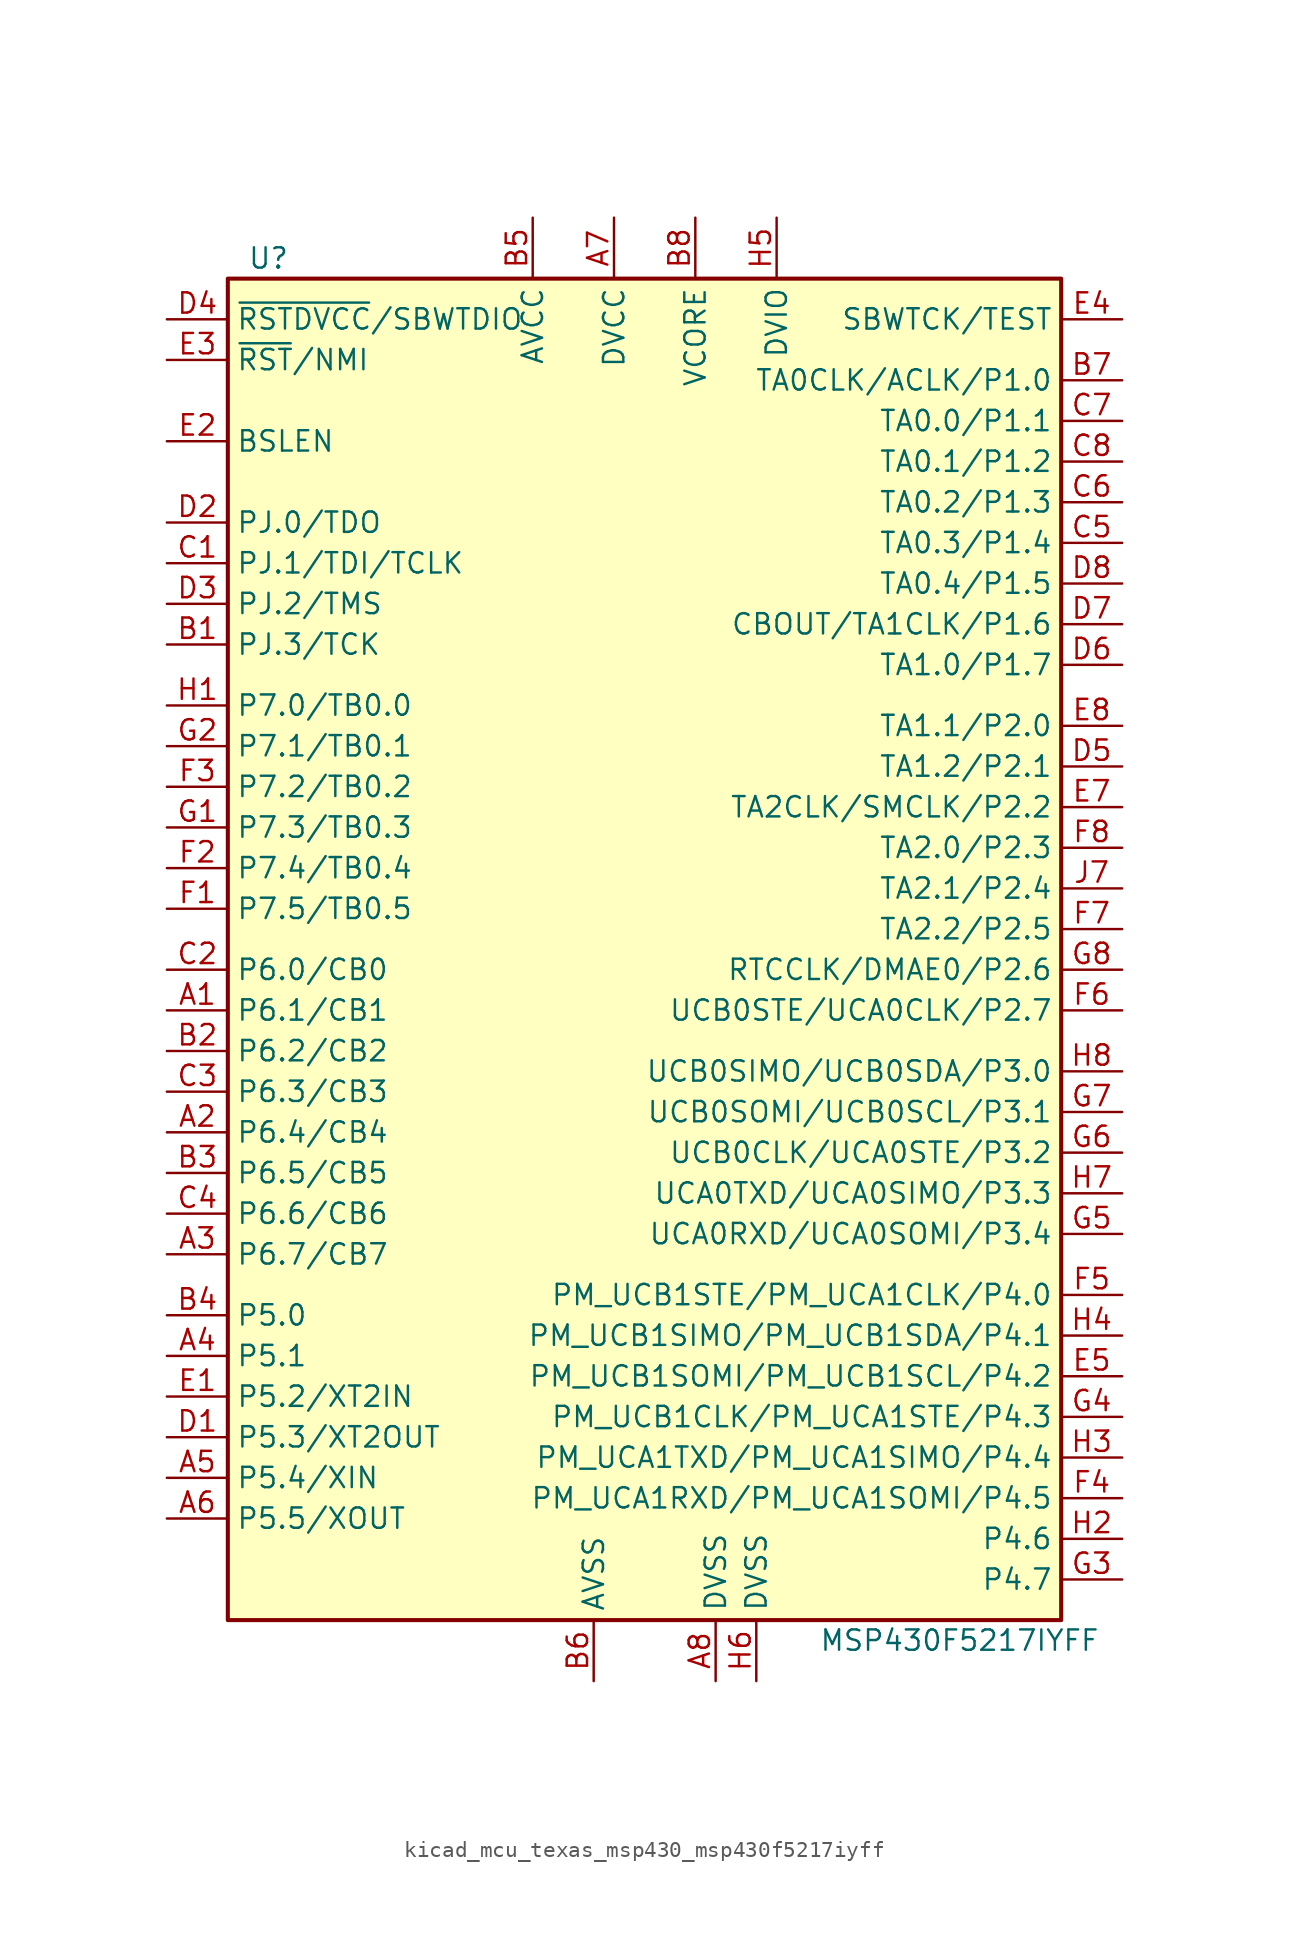
<source format=kicad_sym>
(kicad_symbol_lib
  (version 20220914)
  (generator kicad_symbol_editor)
  (symbol "kicad_mcu_texas_msp430_msp430f5217iyff"
    (property "Reference" "U"
      (at -24.13 43.18 0)
      (effects (font (size 1.27 1.27))))
    (property "Value" "MSP430F5217IYFF"
      (at 19.05 -43.18 0)
      (effects (font (size 1.27 1.27))))
    (symbol "kicad_mcu_texas_msp430_msp430f5217iyff_0_1"
      (rectangle (start -26.67 41.91) (end 25.4 -41.91) (stroke (width 0.254) (type default)) (fill (type background))))
    (symbol "kicad_mcu_texas_msp430_msp430f5217iyff_1_1"
      (pin bidirectional line (at -30.48 -3.81 0) (length 3.81) (name "P6.1/CB1" (effects (font (size 1.27 1.27)))) (number "A1" (effects (font (size 1.27 1.27)))))
      (pin bidirectional line (at -30.48 -11.43 0) (length 3.81) (name "P6.4/CB4" (effects (font (size 1.27 1.27)))) (number "A2" (effects (font (size 1.27 1.27)))))
      (pin bidirectional line (at -30.48 -19.05 0) (length 3.81) (name "P6.7/CB7" (effects (font (size 1.27 1.27)))) (number "A3" (effects (font (size 1.27 1.27)))))
      (pin bidirectional line (at -30.48 -25.4 0) (length 3.81) (name "P5.1" (effects (font (size 1.27 1.27)))) (number "A4" (effects (font (size 1.27 1.27)))))
      (pin bidirectional line (at -30.48 -33.02 0) (length 3.81) (name "P5.4/XIN" (effects (font (size 1.27 1.27)))) (number "A5" (effects (font (size 1.27 1.27)))))
      (pin bidirectional line (at -30.48 -35.56 0) (length 3.81) (name "P5.5/XOUT" (effects (font (size 1.27 1.27)))) (number "A6" (effects (font (size 1.27 1.27)))))
      (pin power_in line (at -2.54 45.72 270) (length 3.81) (name "DVCC" (effects (font (size 1.27 1.27)))) (number "A7" (effects (font (size 1.27 1.27)))))
      (pin power_in line (at 3.81 -45.72 90) (length 3.81) (name "DVSS" (effects (font (size 1.27 1.27)))) (number "A8" (effects (font (size 1.27 1.27)))))
      (pin bidirectional line (at -30.48 19.05 0) (length 3.81) (name "PJ.3/TCK" (effects (font (size 1.27 1.27)))) (number "B1" (effects (font (size 1.27 1.27)))))
      (pin bidirectional line (at -30.48 -6.35 0) (length 3.81) (name "P6.2/CB2" (effects (font (size 1.27 1.27)))) (number "B2" (effects (font (size 1.27 1.27)))))
      (pin bidirectional line (at -30.48 -13.97 0) (length 3.81) (name "P6.5/CB5" (effects (font (size 1.27 1.27)))) (number "B3" (effects (font (size 1.27 1.27)))))
      (pin bidirectional line (at -30.48 -22.86 0) (length 3.81) (name "P5.0" (effects (font (size 1.27 1.27)))) (number "B4" (effects (font (size 1.27 1.27)))))
      (pin power_in line (at -7.62 45.72 270) (length 3.81) (name "AVCC" (effects (font (size 1.27 1.27)))) (number "B5" (effects (font (size 1.27 1.27)))))
      (pin power_in line (at -3.81 -45.72 90) (length 3.81) (name "AVSS" (effects (font (size 1.27 1.27)))) (number "B6" (effects (font (size 1.27 1.27)))))
      (pin bidirectional line (at 29.21 35.56 180) (length 3.81) (name "TA0CLK/ACLK/P1.0" (effects (font (size 1.27 1.27)))) (number "B7" (effects (font (size 1.27 1.27)))))
      (pin power_in line (at 2.54 45.72 270) (length 3.81) (name "VCORE" (effects (font (size 1.27 1.27)))) (number "B8" (effects (font (size 1.27 1.27)))))
      (pin bidirectional line (at -30.48 24.13 0) (length 3.81) (name "PJ.1/TDI/TCLK" (effects (font (size 1.27 1.27)))) (number "C1" (effects (font (size 1.27 1.27)))))
      (pin bidirectional line (at -30.48 -1.27 0) (length 3.81) (name "P6.0/CB0" (effects (font (size 1.27 1.27)))) (number "C2" (effects (font (size 1.27 1.27)))))
      (pin bidirectional line (at -30.48 -8.89 0) (length 3.81) (name "P6.3/CB3" (effects (font (size 1.27 1.27)))) (number "C3" (effects (font (size 1.27 1.27)))))
      (pin bidirectional line (at -30.48 -16.51 0) (length 3.81) (name "P6.6/CB6" (effects (font (size 1.27 1.27)))) (number "C4" (effects (font (size 1.27 1.27)))))
      (pin bidirectional line (at 29.21 25.4 180) (length 3.81) (name "TA0.3/P1.4" (effects (font (size 1.27 1.27)))) (number "C5" (effects (font (size 1.27 1.27)))))
      (pin bidirectional line (at 29.21 27.94 180) (length 3.81) (name "TA0.2/P1.3" (effects (font (size 1.27 1.27)))) (number "C6" (effects (font (size 1.27 1.27)))))
      (pin bidirectional line (at 29.21 33.02 180) (length 3.81) (name "TA0.0/P1.1" (effects (font (size 1.27 1.27)))) (number "C7" (effects (font (size 1.27 1.27)))))
      (pin bidirectional line (at 29.21 30.48 180) (length 3.81) (name "TA0.1/P1.2" (effects (font (size 1.27 1.27)))) (number "C8" (effects (font (size 1.27 1.27)))))
      (pin bidirectional line (at -30.48 -30.48 0) (length 3.81) (name "P5.3/XT2OUT" (effects (font (size 1.27 1.27)))) (number "D1" (effects (font (size 1.27 1.27)))))
      (pin bidirectional line (at -30.48 26.67 0) (length 3.81) (name "PJ.0/TDO" (effects (font (size 1.27 1.27)))) (number "D2" (effects (font (size 1.27 1.27)))))
      (pin bidirectional line (at -30.48 21.59 0) (length 3.81) (name "PJ.2/TMS" (effects (font (size 1.27 1.27)))) (number "D3" (effects (font (size 1.27 1.27)))))
      (pin bidirectional line (at -30.48 39.37 0) (length 3.81) (name "~{RSTDVCC}/SBWTDIO" (effects (font (size 1.27 1.27)))) (number "D4" (effects (font (size 1.27 1.27)))))
      (pin bidirectional line (at 29.21 11.43 180) (length 3.81) (name "TA1.2/P2.1" (effects (font (size 1.27 1.27)))) (number "D5" (effects (font (size 1.27 1.27)))))
      (pin bidirectional line (at 29.21 17.78 180) (length 3.81) (name "TA1.0/P1.7" (effects (font (size 1.27 1.27)))) (number "D6" (effects (font (size 1.27 1.27)))))
      (pin bidirectional line (at 29.21 20.32 180) (length 3.81) (name "CBOUT/TA1CLK/P1.6" (effects (font (size 1.27 1.27)))) (number "D7" (effects (font (size 1.27 1.27)))))
      (pin bidirectional line (at 29.21 22.86 180) (length 3.81) (name "TA0.4/P1.5" (effects (font (size 1.27 1.27)))) (number "D8" (effects (font (size 1.27 1.27)))))
      (pin bidirectional line (at -30.48 -27.94 0) (length 3.81) (name "P5.2/XT2IN" (effects (font (size 1.27 1.27)))) (number "E1" (effects (font (size 1.27 1.27)))))
      (pin bidirectional line (at -30.48 31.75 0) (length 3.81) (name "BSLEN" (effects (font (size 1.27 1.27)))) (number "E2" (effects (font (size 1.27 1.27)))))
      (pin input line (at -30.48 36.83 0) (length 3.81) (name "~{RST}/NMI" (effects (font (size 1.27 1.27)))) (number "E3" (effects (font (size 1.27 1.27)))))
      (pin input line (at 29.21 39.37 180) (length 3.81) (name "SBWTCK/TEST" (effects (font (size 1.27 1.27)))) (number "E4" (effects (font (size 1.27 1.27)))))
      (pin bidirectional line (at 29.21 -26.67 180) (length 3.81) (name "PM_UCB1SOMI/PM_UCB1SCL/P4.2" (effects (font (size 1.27 1.27)))) (number "E5" (effects (font (size 1.27 1.27)))))
      (pin bidirectional line (at 29.21 8.89 180) (length 3.81) (name "TA2CLK/SMCLK/P2.2" (effects (font (size 1.27 1.27)))) (number "E7" (effects (font (size 1.27 1.27)))))
      (pin bidirectional line (at 29.21 13.97 180) (length 3.81) (name "TA1.1/P2.0" (effects (font (size 1.27 1.27)))) (number "E8" (effects (font (size 1.27 1.27)))))
      (pin bidirectional line (at -30.48 2.54 0) (length 3.81) (name "P7.5/TB0.5" (effects (font (size 1.27 1.27)))) (number "F1" (effects (font (size 1.27 1.27)))))
      (pin bidirectional line (at -30.48 5.08 0) (length 3.81) (name "P7.4/TB0.4" (effects (font (size 1.27 1.27)))) (number "F2" (effects (font (size 1.27 1.27)))))
      (pin bidirectional line (at -30.48 10.16 0) (length 3.81) (name "P7.2/TB0.2" (effects (font (size 1.27 1.27)))) (number "F3" (effects (font (size 1.27 1.27)))))
      (pin bidirectional line (at 29.21 -34.29 180) (length 3.81) (name "PM_UCA1RXD/PM_UCA1SOMI/P4.5" (effects (font (size 1.27 1.27)))) (number "F4" (effects (font (size 1.27 1.27)))))
      (pin bidirectional line (at 29.21 -21.59 180) (length 3.81) (name "PM_UCB1STE/PM_UCA1CLK/P4.0" (effects (font (size 1.27 1.27)))) (number "F5" (effects (font (size 1.27 1.27)))))
      (pin bidirectional line (at 29.21 -3.81 180) (length 3.81) (name "UCB0STE/UCA0CLK/P2.7" (effects (font (size 1.27 1.27)))) (number "F6" (effects (font (size 1.27 1.27)))))
      (pin bidirectional line (at 29.21 1.27 180) (length 3.81) (name "TA2.2/P2.5" (effects (font (size 1.27 1.27)))) (number "F7" (effects (font (size 1.27 1.27)))))
      (pin bidirectional line (at 29.21 6.35 180) (length 3.81) (name "TA2.0/P2.3" (effects (font (size 1.27 1.27)))) (number "F8" (effects (font (size 1.27 1.27)))))
      (pin bidirectional line (at -30.48 7.62 0) (length 3.81) (name "P7.3/TB0.3" (effects (font (size 1.27 1.27)))) (number "G1" (effects (font (size 1.27 1.27)))))
      (pin bidirectional line (at -30.48 12.7 0) (length 3.81) (name "P7.1/TB0.1" (effects (font (size 1.27 1.27)))) (number "G2" (effects (font (size 1.27 1.27)))))
      (pin bidirectional line (at 29.21 -39.37 180) (length 3.81) (name "P4.7" (effects (font (size 1.27 1.27)))) (number "G3" (effects (font (size 1.27 1.27)))))
      (pin bidirectional line (at 29.21 -29.21 180) (length 3.81) (name "PM_UCB1CLK/PM_UCA1STE/P4.3" (effects (font (size 1.27 1.27)))) (number "G4" (effects (font (size 1.27 1.27)))))
      (pin bidirectional line (at 29.21 -17.78 180) (length 3.81) (name "UCA0RXD/UCA0SOMI/P3.4" (effects (font (size 1.27 1.27)))) (number "G5" (effects (font (size 1.27 1.27)))))
      (pin bidirectional line (at 29.21 -12.7 180) (length 3.81) (name "UCB0CLK/UCA0STE/P3.2" (effects (font (size 1.27 1.27)))) (number "G6" (effects (font (size 1.27 1.27)))))
      (pin bidirectional line (at 29.21 -10.16 180) (length 3.81) (name "UCB0SOMI/UCB0SCL/P3.1" (effects (font (size 1.27 1.27)))) (number "G7" (effects (font (size 1.27 1.27)))))
      (pin bidirectional line (at 29.21 -1.27 180) (length 3.81) (name "RTCCLK/DMAE0/P2.6" (effects (font (size 1.27 1.27)))) (number "G8" (effects (font (size 1.27 1.27)))))
      (pin bidirectional line (at -30.48 15.24 0) (length 3.81) (name "P7.0/TB0.0" (effects (font (size 1.27 1.27)))) (number "H1" (effects (font (size 1.27 1.27)))))
      (pin bidirectional line (at 29.21 -36.83 180) (length 3.81) (name "P4.6" (effects (font (size 1.27 1.27)))) (number "H2" (effects (font (size 1.27 1.27)))))
      (pin bidirectional line (at 29.21 -31.75 180) (length 3.81) (name "PM_UCA1TXD/PM_UCA1SIMO/P4.4" (effects (font (size 1.27 1.27)))) (number "H3" (effects (font (size 1.27 1.27)))))
      (pin bidirectional line (at 29.21 -24.13 180) (length 3.81) (name "PM_UCB1SIMO/PM_UCB1SDA/P4.1" (effects (font (size 1.27 1.27)))) (number "H4" (effects (font (size 1.27 1.27)))))
      (pin power_in line (at 7.62 45.72 270) (length 3.81) (name "DVIO" (effects (font (size 1.27 1.27)))) (number "H5" (effects (font (size 1.27 1.27)))))
      (pin power_in line (at 6.35 -45.72 90) (length 3.81) (name "DVSS" (effects (font (size 1.27 1.27)))) (number "H6" (effects (font (size 1.27 1.27)))))
      (pin bidirectional line (at 29.21 -15.24 180) (length 3.81) (name "UCA0TXD/UCA0SIMO/P3.3" (effects (font (size 1.27 1.27)))) (number "H7" (effects (font (size 1.27 1.27)))))
      (pin bidirectional line (at 29.21 -7.62 180) (length 3.81) (name "UCB0SIMO/UCB0SDA/P3.0" (effects (font (size 1.27 1.27)))) (number "H8" (effects (font (size 1.27 1.27)))))
      (pin bidirectional line (at 29.21 3.81 180) (length 3.81) (name "TA2.1/P2.4" (effects (font (size 1.27 1.27)))) (number "J7" (effects (font (size 1.27 1.27))))))))
</source>
